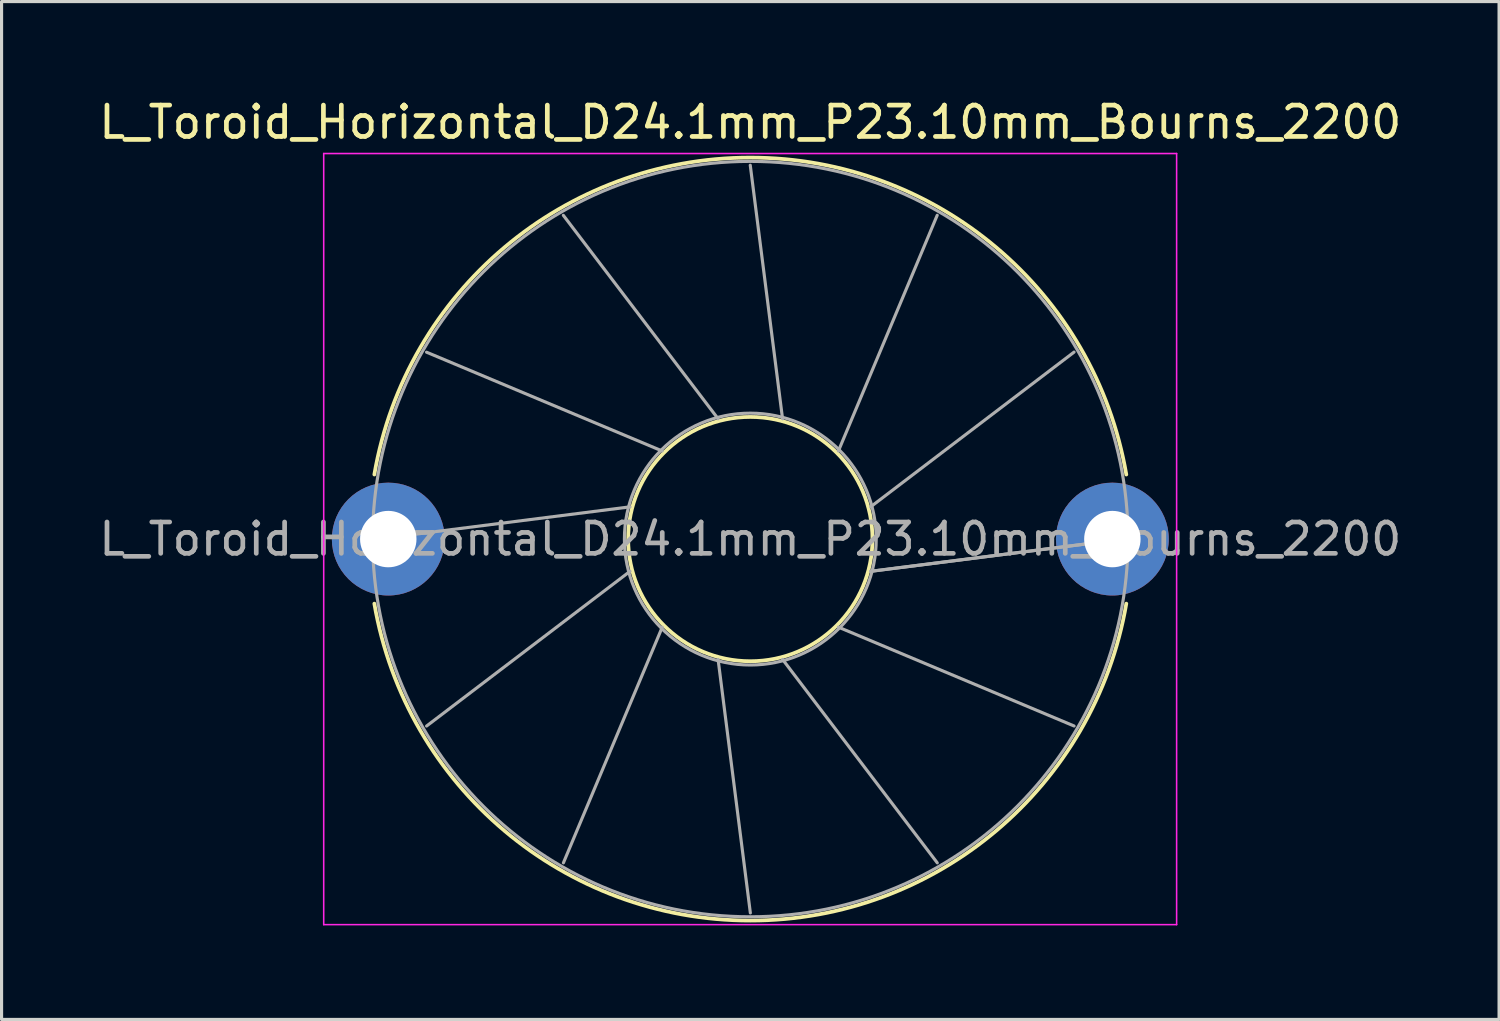
<source format=kicad_pcb>
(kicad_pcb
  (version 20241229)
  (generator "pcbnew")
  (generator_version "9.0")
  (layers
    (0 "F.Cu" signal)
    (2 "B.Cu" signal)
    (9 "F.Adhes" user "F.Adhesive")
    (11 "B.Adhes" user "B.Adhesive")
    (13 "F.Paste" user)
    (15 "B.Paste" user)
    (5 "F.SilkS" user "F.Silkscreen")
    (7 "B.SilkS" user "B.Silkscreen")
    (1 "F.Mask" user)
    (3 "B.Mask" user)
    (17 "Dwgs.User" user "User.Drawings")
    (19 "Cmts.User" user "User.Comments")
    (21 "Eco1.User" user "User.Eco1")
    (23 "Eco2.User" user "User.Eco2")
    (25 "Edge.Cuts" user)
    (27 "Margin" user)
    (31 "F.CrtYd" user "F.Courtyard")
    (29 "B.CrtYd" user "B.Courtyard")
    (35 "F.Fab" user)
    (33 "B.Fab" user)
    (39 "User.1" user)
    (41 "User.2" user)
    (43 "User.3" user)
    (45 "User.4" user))
  (footprint "L_Toroid_Horizontal_D24.1mm_P23.10mm_Bourns_2200"
    (layer "F.Cu")
    (at 9.337 14.148)
    (property "Reference" "L_Toroid_Horizontal_D24.1mm_P23.10mm_Bourns_2200" (at 11.55 -13.3 0) (layer "F.SilkS") (effects (font (size 1 1) (thickness 0.15))))
    (attr through_hole)
    (fp_arc (start -0.444386 -2.06) (mid 11.55 -12.17) (end 23.544386 -2.06) (stroke (width 0.12) (type solid)) (layer "F.SilkS"))
    (fp_arc (start 23.544386 2.06) (mid 11.55 12.17) (end -0.444386 2.06) (stroke (width 0.12) (type solid)) (layer "F.SilkS"))
    (fp_circle (center 11.55 0) (end 15.447 0) (stroke (width 0.12) (type solid)) (fill no) (layer "F.SilkS"))
    (fp_line (start -2.06 -12.3) (end -2.06 12.3) (stroke (width 0.05) (type solid)) (layer "F.CrtYd"))
    (fp_line (start -2.06 12.3) (end 25.15 12.3) (stroke (width 0.05) (type solid)) (layer "F.CrtYd"))
    (fp_line (start 25.15 -12.3) (end -2.06 -12.3) (stroke (width 0.05) (type solid)) (layer "F.CrtYd"))
    (fp_line (start 25.15 12.3) (end 25.15 -12.3) (stroke (width 0.05) (type solid)) (layer "F.CrtYd"))
    (fp_line (start -0.377 0.001) (end 7.711 -1.028) (stroke (width 0.1) (type solid)) (layer "F.Fab"))
    (fp_line (start 1.221 -5.962) (end 8.739 -2.81) (stroke (width 0.1) (type solid)) (layer "F.Fab"))
    (fp_line (start 1.222 5.964) (end 7.711 1.029) (stroke (width 0.1) (type solid)) (layer "F.Fab"))
    (fp_line (start 5.585 -10.328) (end 10.521 -3.839) (stroke (width 0.1) (type solid)) (layer "F.Fab"))
    (fp_line (start 5.587 10.329) (end 8.74 2.811) (stroke (width 0.1) (type solid)) (layer "F.Fab"))
    (fp_line (start 11.548 -11.927) (end 12.578 -3.839) (stroke (width 0.1) (type solid)) (layer "F.Fab"))
    (fp_line (start 11.551 11.927) (end 10.522 3.839) (stroke (width 0.1) (type solid)) (layer "F.Fab"))
    (fp_line (start 17.512 -10.33) (end 14.36 -2.811) (stroke (width 0.1) (type solid)) (layer "F.Fab"))
    (fp_line (start 17.514 10.329) (end 12.579 3.839) (stroke (width 0.1) (type solid)) (layer "F.Fab"))
    (fp_line (start 21.878 -5.965) (end 15.389 -1.029) (stroke (width 0.1) (type solid)) (layer "F.Fab"))
    (fp_line (start 21.879 5.963) (end 14.361 2.81) (stroke (width 0.1) (type solid)) (layer "F.Fab"))
    (fp_line (start 23.477 -0.002) (end 15.389 1.028) (stroke (width 0.1) (type solid)) (layer "F.Fab"))
    (fp_line (start 23.477 0) (end 15.389 1.029) (stroke (width 0.1) (type solid)) (layer "F.Fab"))
    (fp_circle (center 11.55 0) (end 15.567 0) (stroke (width 0.1) (type solid)) (fill no) (layer "F.Fab"))
    (fp_circle (center 11.55 0) (end 23.6 0) (stroke (width 0.1) (type solid)) (fill no) (layer "F.Fab"))
    (fp_text user "${REFERENCE}" (at 11.55 0 0) (layer "F.Fab") (effects (font (size 1 1) (thickness 0.15))))
    (pad "1" thru_hole circle (at 0 0) (size 3.6 3.6) (drill 1.8) (layers "*.Cu" "*.Mask"))
    (pad "2" thru_hole circle (at 23.1 0) (size 3.6 3.6) (drill 1.8) (layers "*.Cu" "*.Mask")))
  (gr_rect
    (start -3 -3)
    (end 44.774 29.473)
    (stroke (width 0.1) (type default))
    (fill no)
    (layer "Edge.Cuts")))
</source>
